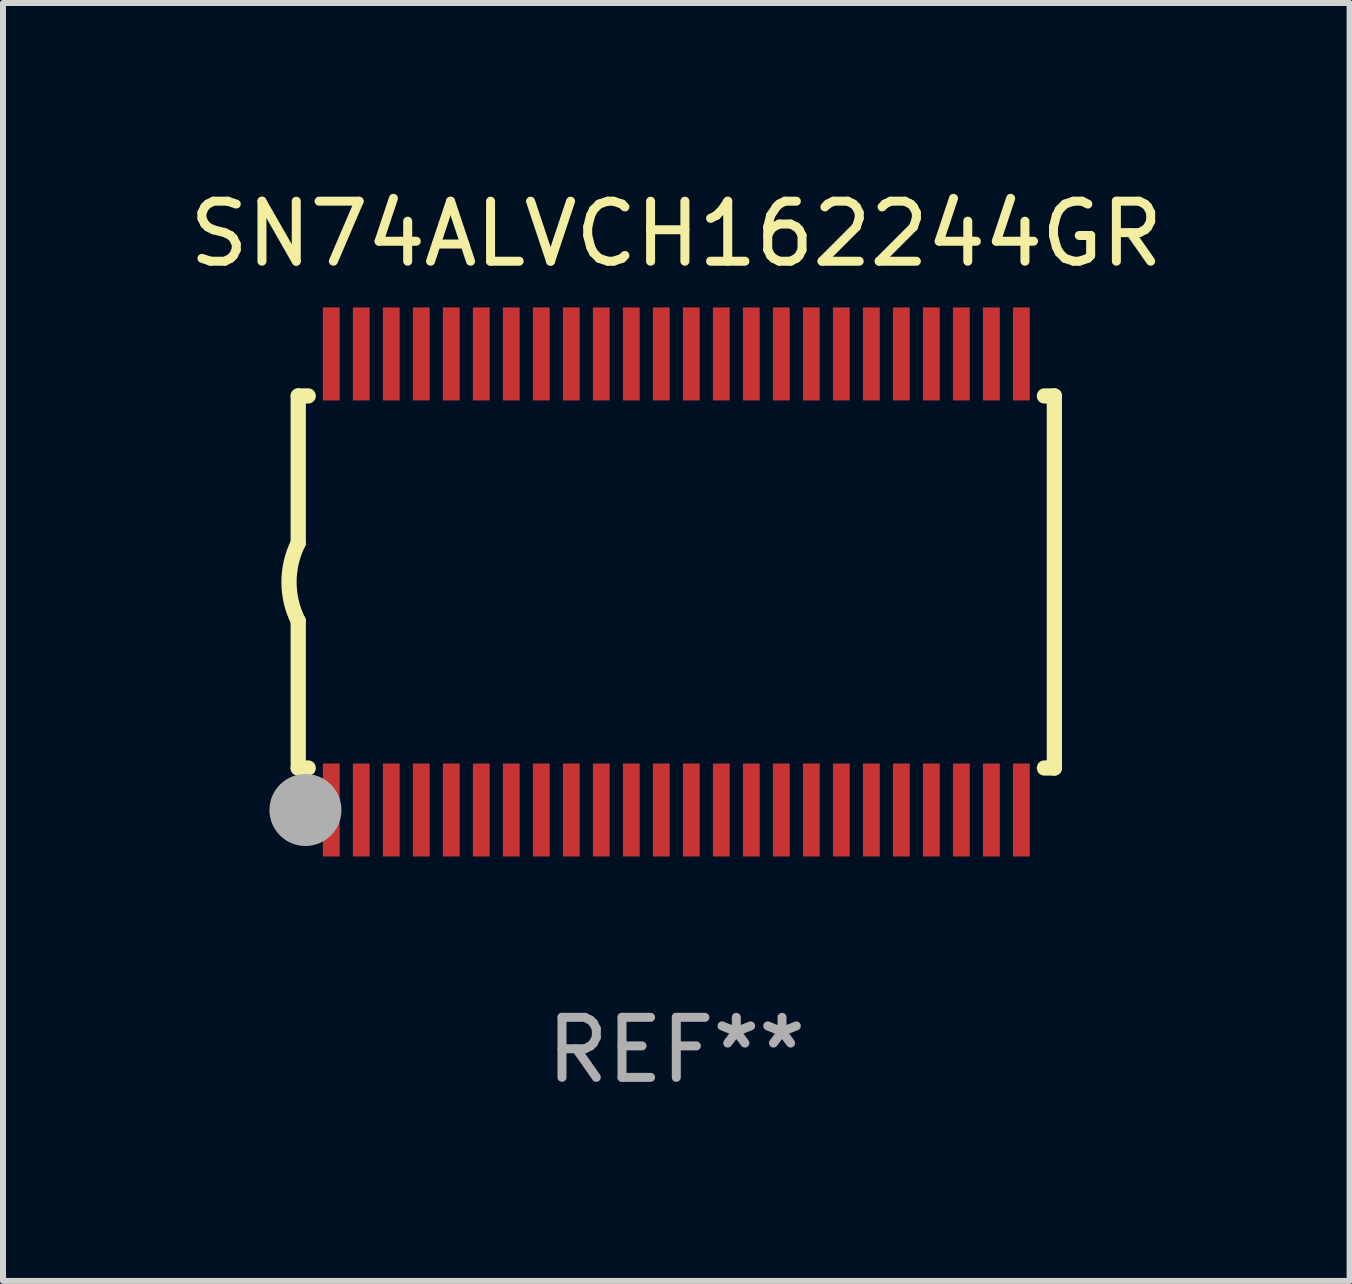
<source format=kicad_pcb>
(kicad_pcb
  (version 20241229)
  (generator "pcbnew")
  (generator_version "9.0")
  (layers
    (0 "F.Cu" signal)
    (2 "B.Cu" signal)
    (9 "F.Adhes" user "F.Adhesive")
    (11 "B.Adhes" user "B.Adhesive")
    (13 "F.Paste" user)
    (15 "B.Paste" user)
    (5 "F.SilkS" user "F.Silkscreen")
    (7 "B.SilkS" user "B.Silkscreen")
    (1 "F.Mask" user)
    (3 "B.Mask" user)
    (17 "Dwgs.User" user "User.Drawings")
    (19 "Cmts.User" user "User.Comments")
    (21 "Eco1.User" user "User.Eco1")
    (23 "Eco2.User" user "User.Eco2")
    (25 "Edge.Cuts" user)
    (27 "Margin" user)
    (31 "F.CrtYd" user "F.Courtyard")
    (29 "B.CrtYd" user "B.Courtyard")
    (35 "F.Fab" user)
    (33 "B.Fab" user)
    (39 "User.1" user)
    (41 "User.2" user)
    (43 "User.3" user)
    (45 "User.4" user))
  (footprint "SN74ALVCH162244GR"
    (layer "F.Cu")
    (at 8.22 6.648)
    (property "Reference" "SN74ALVCH162244GR" (at 0 -5.8 0) (layer "F.SilkS") (effects (font (size 1 1) (thickness 0.15))))
    (attr through_hole)
    (fp_line (start -6.3 -3.1) (end -6.3 -0.65) (stroke (width 0.254) (type solid)) (layer "F.SilkS"))
    (fp_line (start -6.3 -3.1) (end -6.134 -3.1) (stroke (width 0.254) (type solid)) (layer "F.SilkS"))
    (fp_line (start -6.3 3.1) (end -6.3 0.65) (stroke (width 0.254) (type solid)) (layer "F.SilkS"))
    (fp_line (start -6.3 3.1) (end -6.134 3.1) (stroke (width 0.254) (type solid)) (layer "F.SilkS"))
    (fp_line (start 6.134 -3.1) (end 6.3 -3.1) (stroke (width 0.254) (type solid)) (layer "F.SilkS"))
    (fp_line (start 6.134 3.1) (end 6.3 3.1) (stroke (width 0.254) (type solid)) (layer "F.SilkS"))
    (fp_line (start 6.3 -3.1) (end 6.3 3.1) (stroke (width 0.254) (type solid)) (layer "F.SilkS"))
    (fp_arc (start -6.301016 0.650114) (mid -6.45413 -0.000082) (end -6.3 -0.650038) (stroke (width 0.254001) (type solid)) (layer "F.SilkS"))
    (fp_circle (center -6.35 3.81) (end -6.223 3.81) (stroke (width 0.254) (type solid)) (fill no) (layer "F.SilkS"))
    (fp_circle (center -6.25 4.05) (end -6.22 4.05) (stroke (width 0.06) (type solid)) (fill no) (layer "F.SilkS"))
    (fp_circle (center -6.18 3.8) (end -5.88 3.8) (stroke (width 0.6) (type solid)) (fill no) (layer "F.Fab"))
    (fp_text user "REF**" (at 0 7.8 0) (layer "F.Fab") (effects (font (size 1 1) (thickness 0.15))))
    (pad "1" smd rect (at -5.75 3.8) (size 0.28 1.55) (layers "F.Cu" "F.Mask" "F.Paste"))
    (pad "2" smd rect (at -5.25 3.8) (size 0.28 1.55) (layers "F.Cu" "F.Mask" "F.Paste"))
    (pad "3" smd rect (at -4.75 3.8) (size 0.28 1.55) (layers "F.Cu" "F.Mask" "F.Paste"))
    (pad "4" smd rect (at -4.25 3.8) (size 0.28 1.55) (layers "F.Cu" "F.Mask" "F.Paste"))
    (pad "5" smd rect (at -3.75 3.8) (size 0.28 1.55) (layers "F.Cu" "F.Mask" "F.Paste"))
    (pad "6" smd rect (at -3.25 3.8) (size 0.28 1.55) (layers "F.Cu" "F.Mask" "F.Paste"))
    (pad "7" smd rect (at -2.75 3.8) (size 0.28 1.55) (layers "F.Cu" "F.Mask" "F.Paste"))
    (pad "8" smd rect (at -2.25 3.8) (size 0.28 1.55) (layers "F.Cu" "F.Mask" "F.Paste"))
    (pad "9" smd rect (at -1.75 3.8) (size 0.28 1.55) (layers "F.Cu" "F.Mask" "F.Paste"))
    (pad "10" smd rect (at -1.25 3.8) (size 0.28 1.55) (layers "F.Cu" "F.Mask" "F.Paste"))
    (pad "11" smd rect (at -0.75 3.8) (size 0.28 1.55) (layers "F.Cu" "F.Mask" "F.Paste"))
    (pad "12" smd rect (at -0.25 3.8) (size 0.28 1.55) (layers "F.Cu" "F.Mask" "F.Paste"))
    (pad "13" smd rect (at 0.25 3.8) (size 0.28 1.55) (layers "F.Cu" "F.Mask" "F.Paste"))
    (pad "14" smd rect (at 0.75 3.8) (size 0.28 1.55) (layers "F.Cu" "F.Mask" "F.Paste"))
    (pad "15" smd rect (at 1.25 3.8) (size 0.28 1.55) (layers "F.Cu" "F.Mask" "F.Paste"))
    (pad "16" smd rect (at 1.75 3.8) (size 0.28 1.55) (layers "F.Cu" "F.Mask" "F.Paste"))
    (pad "17" smd rect (at 2.25 3.8) (size 0.28 1.55) (layers "F.Cu" "F.Mask" "F.Paste"))
    (pad "18" smd rect (at 2.75 3.8) (size 0.28 1.55) (layers "F.Cu" "F.Mask" "F.Paste"))
    (pad "19" smd rect (at 3.25 3.8) (size 0.28 1.55) (layers "F.Cu" "F.Mask" "F.Paste"))
    (pad "20" smd rect (at 3.75 3.8) (size 0.28 1.55) (layers "F.Cu" "F.Mask" "F.Paste"))
    (pad "21" smd rect (at 4.25 3.8) (size 0.28 1.55) (layers "F.Cu" "F.Mask" "F.Paste"))
    (pad "22" smd rect (at 4.75 3.8) (size 0.28 1.55) (layers "F.Cu" "F.Mask" "F.Paste"))
    (pad "23" smd rect (at 5.25 3.8) (size 0.28 1.55) (layers "F.Cu" "F.Mask" "F.Paste"))
    (pad "24" smd rect (at 5.75 3.8) (size 0.28 1.55) (layers "F.Cu" "F.Mask" "F.Paste"))
    (pad "25" smd rect (at 5.75 -3.8) (size 0.28 1.55) (layers "F.Cu" "F.Mask" "F.Paste"))
    (pad "26" smd rect (at 5.25 -3.8) (size 0.28 1.55) (layers "F.Cu" "F.Mask" "F.Paste"))
    (pad "27" smd rect (at 4.75 -3.8) (size 0.28 1.55) (layers "F.Cu" "F.Mask" "F.Paste"))
    (pad "28" smd rect (at 4.25 -3.8) (size 0.28 1.55) (layers "F.Cu" "F.Mask" "F.Paste"))
    (pad "29" smd rect (at 3.75 -3.8) (size 0.28 1.55) (layers "F.Cu" "F.Mask" "F.Paste"))
    (pad "30" smd rect (at 3.25 -3.8) (size 0.28 1.55) (layers "F.Cu" "F.Mask" "F.Paste"))
    (pad "31" smd rect (at 2.75 -3.8) (size 0.28 1.55) (layers "F.Cu" "F.Mask" "F.Paste"))
    (pad "32" smd rect (at 2.25 -3.8) (size 0.28 1.55) (layers "F.Cu" "F.Mask" "F.Paste"))
    (pad "33" smd rect (at 1.75 -3.8) (size 0.28 1.55) (layers "F.Cu" "F.Mask" "F.Paste"))
    (pad "34" smd rect (at 1.25 -3.8) (size 0.28 1.55) (layers "F.Cu" "F.Mask" "F.Paste"))
    (pad "35" smd rect (at 0.75 -3.8) (size 0.28 1.55) (layers "F.Cu" "F.Mask" "F.Paste"))
    (pad "36" smd rect (at 0.25 -3.8) (size 0.28 1.55) (layers "F.Cu" "F.Mask" "F.Paste"))
    (pad "37" smd rect (at -0.25 -3.8) (size 0.28 1.55) (layers "F.Cu" "F.Mask" "F.Paste"))
    (pad "38" smd rect (at -0.75 -3.8) (size 0.28 1.55) (layers "F.Cu" "F.Mask" "F.Paste"))
    (pad "39" smd rect (at -1.25 -3.8) (size 0.28 1.55) (layers "F.Cu" "F.Mask" "F.Paste"))
    (pad "40" smd rect (at -1.75 -3.8) (size 0.28 1.55) (layers "F.Cu" "F.Mask" "F.Paste"))
    (pad "41" smd rect (at -2.25 -3.8) (size 0.28 1.55) (layers "F.Cu" "F.Mask" "F.Paste"))
    (pad "42" smd rect (at -2.75 -3.8) (size 0.28 1.55) (layers "F.Cu" "F.Mask" "F.Paste"))
    (pad "43" smd rect (at -3.25 -3.8) (size 0.28 1.55) (layers "F.Cu" "F.Mask" "F.Paste"))
    (pad "44" smd rect (at -3.75 -3.8) (size 0.28 1.55) (layers "F.Cu" "F.Mask" "F.Paste"))
    (pad "45" smd rect (at -4.25 -3.8) (size 0.28 1.55) (layers "F.Cu" "F.Mask" "F.Paste"))
    (pad "46" smd rect (at -4.75 -3.8) (size 0.28 1.55) (layers "F.Cu" "F.Mask" "F.Paste"))
    (pad "47" smd rect (at -5.25 -3.8) (size 0.28 1.55) (layers "F.Cu" "F.Mask" "F.Paste"))
    (pad "48" smd rect (at -5.75 -3.8) (size 0.28 1.55) (layers "F.Cu" "F.Mask" "F.Paste")))
  (gr_rect
    (start -3 -3)
    (end 19.44 18.296)
    (stroke (width 0.1) (type default))
    (fill no)
    (layer "Edge.Cuts")))
</source>
